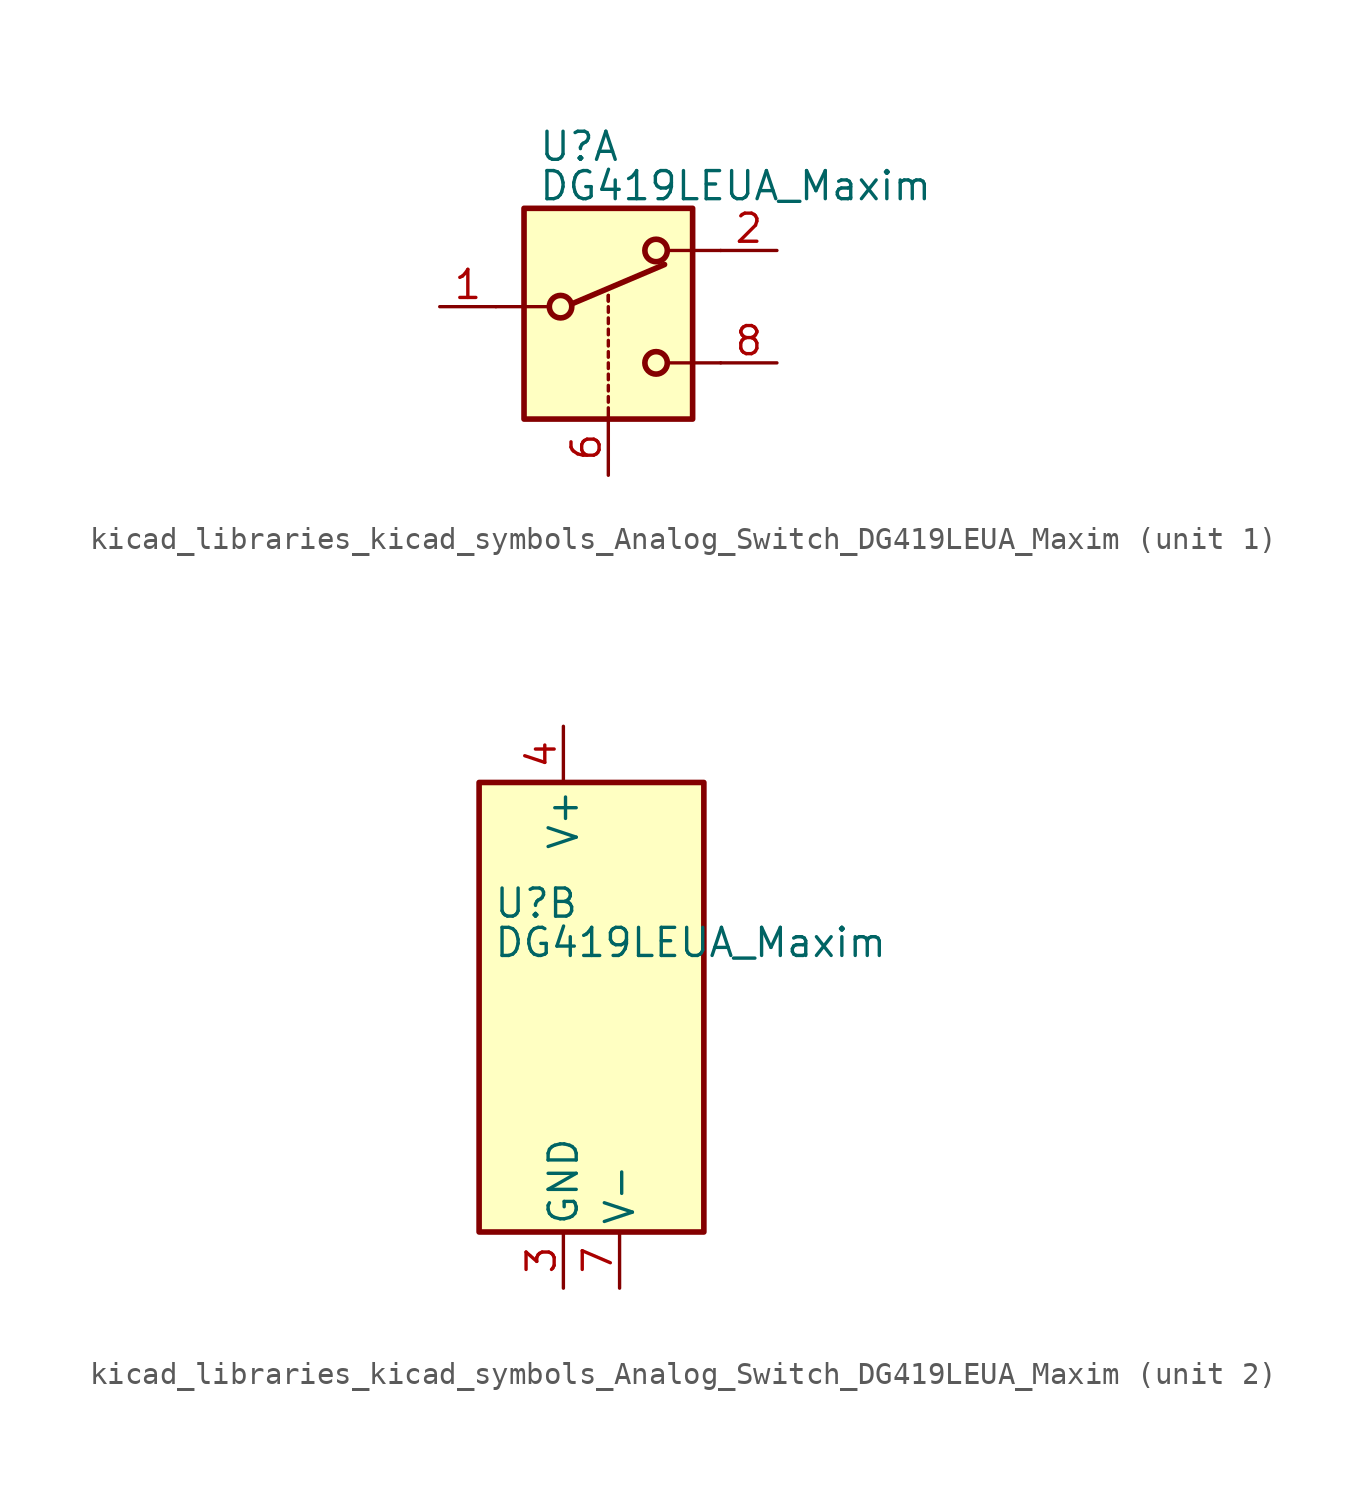
<source format=kicad_sym>
(kicad_symbol_lib
  (version 20220914)
  (generator kicad_symbol_editor)
  (symbol "kicad_libraries_kicad_symbols_Analog_Switch_DG419LEUA_Maxim"
    (pin_names
      (offset 0.254))
    (property "Reference" "U"
      (at -3.175 4.699 0)
      (effects (font (size 1.27 1.27)) (justify left)))
    (property "Value" "DG419LEUA_Maxim"
      (at -3.175 2.921 0)
      (effects (font (size 1.27 1.27)) (justify left)))
    (symbol "kicad_libraries_kicad_symbols_Analog_Switch_DG419LEUA_Maxim_1_1"
      (rectangle (start -3.81 1.905) (end 3.81 -7.62) (stroke (width 0.254) (type default)) (fill (type background)))
      (circle (center -2.159 -2.54) (radius 0.508) (stroke (width 0.254) (type default)) (fill (type none)))
      (polyline (pts (xy -5.08 -2.54) (xy -2.794 -2.54)) (stroke (width 0) (type default)) (fill (type none)))
      (polyline (pts (xy -1.651 -2.413) (xy 2.54 -0.635)) (stroke (width 0.254) (type default)) (fill (type none)))
      (polyline (pts (xy 0 -7.62) (xy 0 -7.112)) (stroke (width 0) (type default)) (fill (type none)))
      (polyline (pts (xy 0 -6.858) (xy 0 -6.604)) (stroke (width 0) (type default)) (fill (type none)))
      (polyline (pts (xy 0 -6.35) (xy 0 -6.096)) (stroke (width 0) (type default)) (fill (type none)))
      (polyline (pts (xy 0 -5.842) (xy 0 -5.588)) (stroke (width 0) (type default)) (fill (type none)))
      (polyline (pts (xy 0 -5.334) (xy 0 -5.08)) (stroke (width 0) (type default)) (fill (type none)))
      (polyline (pts (xy 0 -4.826) (xy 0 -4.572)) (stroke (width 0) (type default)) (fill (type none)))
      (polyline (pts (xy 0 -4.318) (xy 0 -4.064)) (stroke (width 0) (type default)) (fill (type none)))
      (polyline (pts (xy 0 -3.81) (xy 0 -3.556)) (stroke (width 0) (type default)) (fill (type none)))
      (polyline (pts (xy 0 -3.302) (xy 0 -3.048)) (stroke (width 0) (type default)) (fill (type none)))
      (polyline (pts (xy 0 -2.794) (xy 0 -2.54)) (stroke (width 0) (type default)) (fill (type none)))
      (polyline (pts (xy 0 -2.286) (xy 0 -2.032)) (stroke (width 0) (type default)) (fill (type none)))
      (polyline (pts (xy 0 -2.286) (xy 0 -2.032)) (stroke (width 0) (type default)) (fill (type none)))
      (polyline (pts (xy 5.08 -5.08) (xy 2.794 -5.08)) (stroke (width 0) (type default)) (fill (type none)))
      (polyline (pts (xy 5.08 0) (xy 2.794 0)) (stroke (width 0) (type default)) (fill (type none)))
      (circle (center 2.159 -5.08) (radius 0.508) (stroke (width 0.254) (type default)) (fill (type none)))
      (circle (center 2.159 0) (radius 0.508) (stroke (width 0.254) (type default)) (fill (type none)))
      (pin passive line (at -7.62 -2.54 0) (length 2.54) (name "~" (effects (font (size 1.27 1.27)))) (number "1" (effects (font (size 1.27 1.27)))))
      (pin passive line (at 7.62 0 180) (length 2.54) (name "~" (effects (font (size 1.27 1.27)))) (number "2" (effects (font (size 1.27 1.27)))))
      (pin input line (at 0 -10.16 90) (length 2.54) (name "~" (effects (font (size 1.27 1.27)))) (number "6" (effects (font (size 1.27 1.27)))))
      (pin passive line (at 7.62 -5.08 180) (length 2.54) (name "~" (effects (font (size 1.27 1.27)))) (number "8" (effects (font (size 1.27 1.27))))))
    (symbol "kicad_libraries_kicad_symbols_Analog_Switch_DG419LEUA_Maxim_2_0"
      (pin power_in line (at 0 -12.7 90) (length 2.54) (name "GND" (effects (font (size 1.27 1.27)))) (number "3" (effects (font (size 1.27 1.27)))))
      (pin power_in line (at 0 12.7 270) (length 2.54) (name "V+" (effects (font (size 1.27 1.27)))) (number "4" (effects (font (size 1.27 1.27)))))
      (pin no_connect line (at 2.54 10.16 270) (length 2.54) hide (name "NC" (effects (font (size 1.27 1.27)))) (number "5" (effects (font (size 1.27 1.27)))))
      (pin power_in line (at 2.54 -12.7 90) (length 2.54) (name "V-" (effects (font (size 1.27 1.27)))) (number "7" (effects (font (size 1.27 1.27))))))
    (symbol "kicad_libraries_kicad_symbols_Analog_Switch_DG419LEUA_Maxim_2_1"
      (rectangle (start -3.81 10.16) (end 6.35 -10.16) (stroke (width 0.254) (type default)) (fill (type background))))))
</source>
